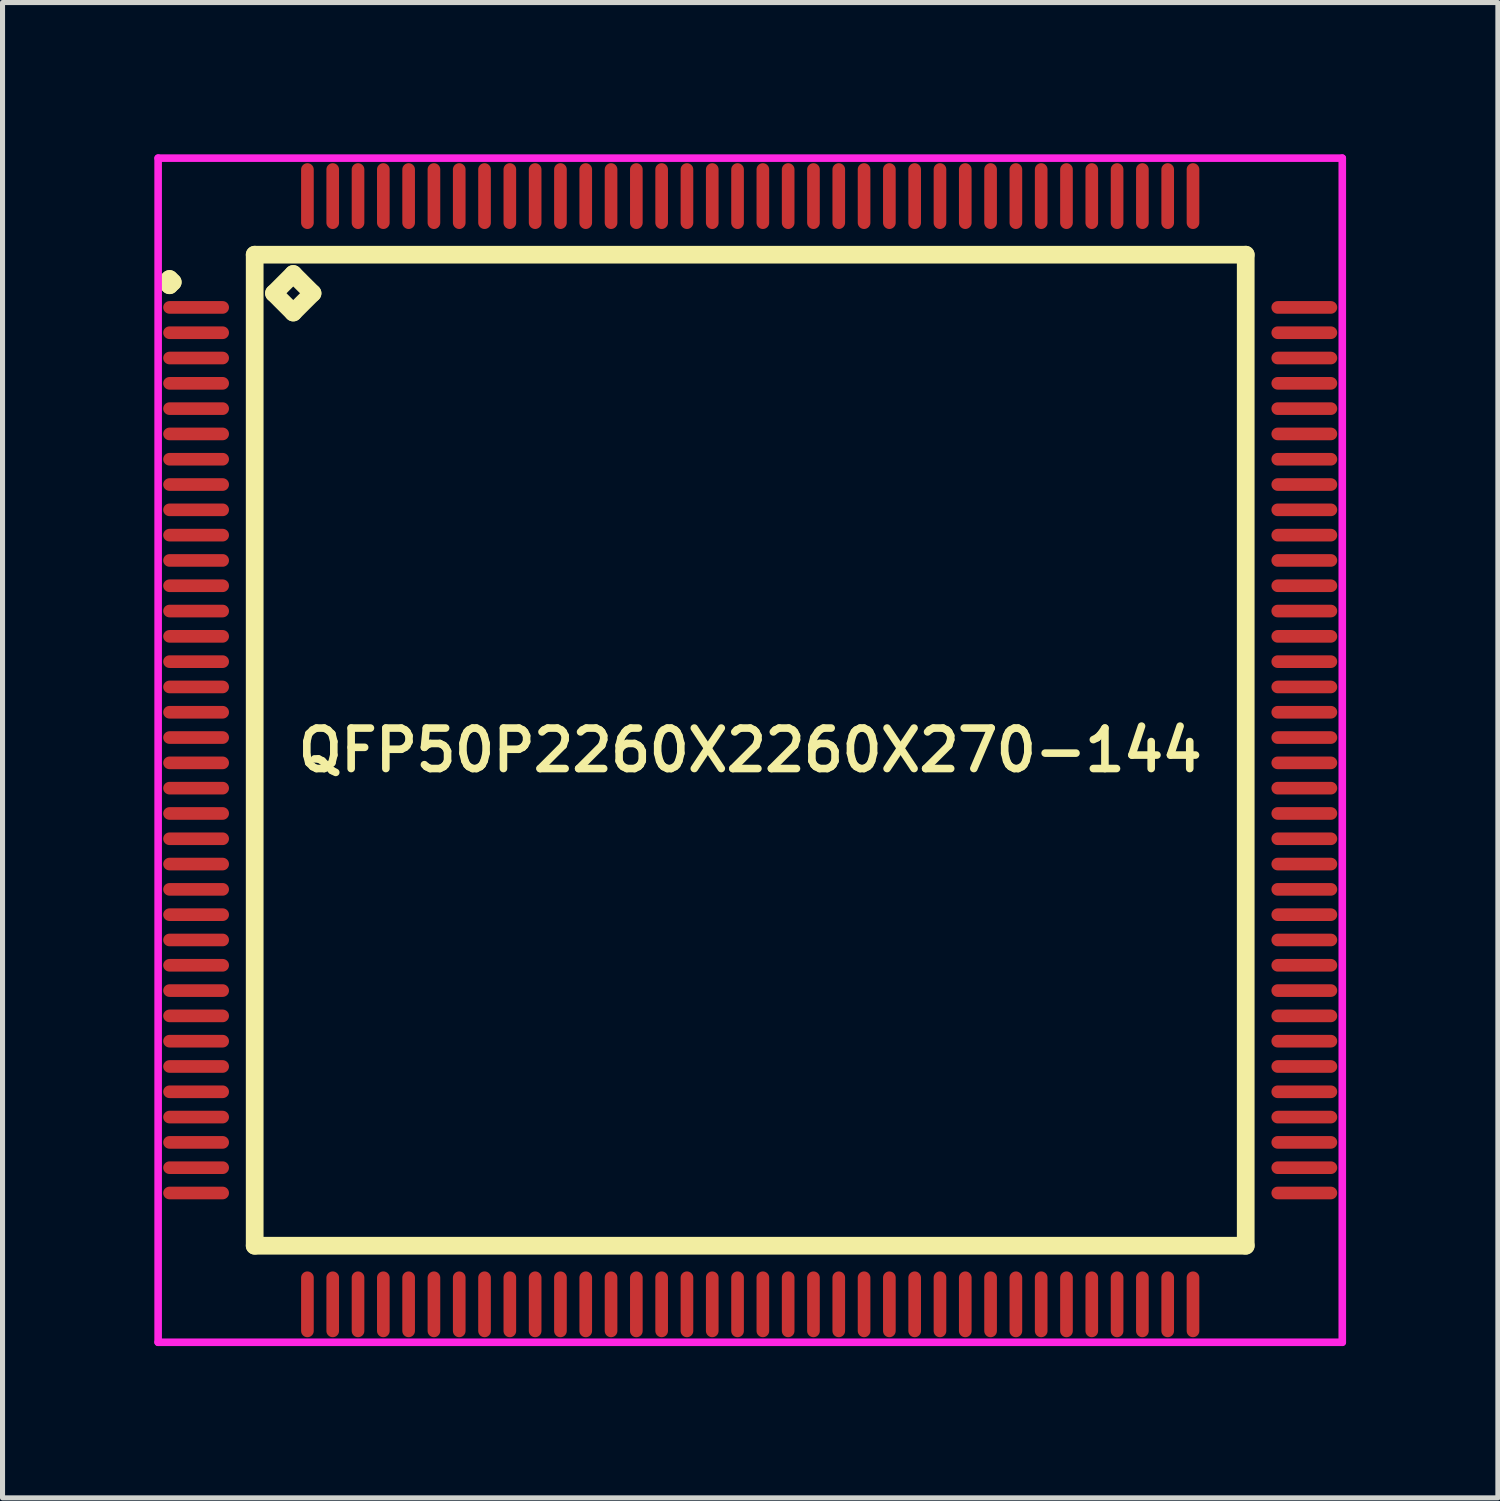
<source format=kicad_pcb>
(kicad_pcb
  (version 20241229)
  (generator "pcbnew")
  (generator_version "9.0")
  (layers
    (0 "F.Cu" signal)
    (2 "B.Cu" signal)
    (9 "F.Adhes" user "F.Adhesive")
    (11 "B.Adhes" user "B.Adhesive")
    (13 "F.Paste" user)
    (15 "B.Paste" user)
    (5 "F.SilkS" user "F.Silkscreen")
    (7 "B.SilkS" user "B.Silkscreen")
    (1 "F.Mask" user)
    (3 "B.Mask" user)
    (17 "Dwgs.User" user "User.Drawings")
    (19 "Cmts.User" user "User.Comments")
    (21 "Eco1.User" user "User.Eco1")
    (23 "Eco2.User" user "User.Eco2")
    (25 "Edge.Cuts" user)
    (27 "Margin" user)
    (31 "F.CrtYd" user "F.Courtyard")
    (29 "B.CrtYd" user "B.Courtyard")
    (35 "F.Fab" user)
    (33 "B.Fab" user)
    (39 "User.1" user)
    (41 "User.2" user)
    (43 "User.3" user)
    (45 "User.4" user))
  (footprint "QFP50P2260X2260X270-144"
    (layer "F.Cu")
    (at 11.775 11.775)
    (property "Reference" "QFP50P2260X2260X270-144" (at 0 0 0) (layer "F.SilkS") (effects (font (size 0.8 0.8) (thickness 0.15))))
    (attr smd)
    (fp_line (start -11.537 -9.25) (end -11.475 -9.312) (stroke (width 0.35) (type solid)) (layer "F.SilkS"))
    (fp_line (start -11.475 -9.312) (end -11.412 -9.25) (stroke (width 0.35) (type solid)) (layer "F.SilkS"))
    (fp_line (start -11.475 -9.188) (end -11.537 -9.25) (stroke (width 0.35) (type solid)) (layer "F.SilkS"))
    (fp_line (start -11.412 -9.25) (end -11.475 -9.188) (stroke (width 0.35) (type solid)) (layer "F.SilkS"))
    (fp_line (start -9.792 -9.792) (end -9.792 9.792) (stroke (width 0.35) (type solid)) (layer "F.SilkS"))
    (fp_line (start -9.792 9.792) (end 9.792 9.792) (stroke (width 0.35) (type solid)) (layer "F.SilkS"))
    (fp_line (start -9.411 -9.03) (end -9.03 -9.411) (stroke (width 0.35) (type solid)) (layer "F.SilkS"))
    (fp_line (start -9.03 -9.411) (end -8.649 -9.03) (stroke (width 0.35) (type solid)) (layer "F.SilkS"))
    (fp_line (start -9.03 -8.649) (end -9.411 -9.03) (stroke (width 0.35) (type solid)) (layer "F.SilkS"))
    (fp_line (start -8.649 -9.03) (end -9.03 -8.649) (stroke (width 0.35) (type solid)) (layer "F.SilkS"))
    (fp_line (start 9.792 -9.792) (end -9.792 -9.792) (stroke (width 0.35) (type solid)) (layer "F.SilkS"))
    (fp_line (start 9.792 9.792) (end 9.792 -9.792) (stroke (width 0.35) (type solid)) (layer "F.SilkS"))
    (fp_line (start -11.7 -11.7) (end 11.7 -11.7) (stroke (width 0.15) (type solid)) (layer "F.CrtYd"))
    (fp_line (start -11.7 11.7) (end -11.7 -11.7) (stroke (width 0.15) (type solid)) (layer "F.CrtYd"))
    (fp_line (start 11.7 -11.7) (end 11.7 11.7) (stroke (width 0.15) (type solid)) (layer "F.CrtYd"))
    (fp_line (start 11.7 11.7) (end -11.7 11.7) (stroke (width 0.15) (type solid)) (layer "F.CrtYd"))
    (pad "1" smd oval (at -10.95 -8.75) (size 1.3 0.25) (layers "F.Cu" "F.Mask" "F.Paste"))
    (pad "2" smd oval (at -10.95 -8.25) (size 1.3 0.25) (layers "F.Cu" "F.Mask" "F.Paste"))
    (pad "3" smd oval (at -10.95 -7.75) (size 1.3 0.25) (layers "F.Cu" "F.Mask" "F.Paste"))
    (pad "4" smd oval (at -10.95 -7.25) (size 1.3 0.25) (layers "F.Cu" "F.Mask" "F.Paste"))
    (pad "5" smd oval (at -10.95 -6.75) (size 1.3 0.25) (layers "F.Cu" "F.Mask" "F.Paste"))
    (pad "6" smd oval (at -10.95 -6.25) (size 1.3 0.25) (layers "F.Cu" "F.Mask" "F.Paste"))
    (pad "7" smd oval (at -10.95 -5.75) (size 1.3 0.25) (layers "F.Cu" "F.Mask" "F.Paste"))
    (pad "8" smd oval (at -10.95 -5.25) (size 1.3 0.25) (layers "F.Cu" "F.Mask" "F.Paste"))
    (pad "9" smd oval (at -10.95 -4.75) (size 1.3 0.25) (layers "F.Cu" "F.Mask" "F.Paste"))
    (pad "10" smd oval (at -10.95 -4.25) (size 1.3 0.25) (layers "F.Cu" "F.Mask" "F.Paste"))
    (pad "11" smd oval (at -10.95 -3.75) (size 1.3 0.25) (layers "F.Cu" "F.Mask" "F.Paste"))
    (pad "12" smd oval (at -10.95 -3.25) (size 1.3 0.25) (layers "F.Cu" "F.Mask" "F.Paste"))
    (pad "13" smd oval (at -10.95 -2.75) (size 1.3 0.25) (layers "F.Cu" "F.Mask" "F.Paste"))
    (pad "14" smd oval (at -10.95 -2.25) (size 1.3 0.25) (layers "F.Cu" "F.Mask" "F.Paste"))
    (pad "15" smd oval (at -10.95 -1.75) (size 1.3 0.25) (layers "F.Cu" "F.Mask" "F.Paste"))
    (pad "16" smd oval (at -10.95 -1.25) (size 1.3 0.25) (layers "F.Cu" "F.Mask" "F.Paste"))
    (pad "17" smd oval (at -10.95 -0.75) (size 1.3 0.25) (layers "F.Cu" "F.Mask" "F.Paste"))
    (pad "18" smd oval (at -10.95 -0.25) (size 1.3 0.25) (layers "F.Cu" "F.Mask" "F.Paste"))
    (pad "19" smd oval (at -10.95 0.25) (size 1.3 0.25) (layers "F.Cu" "F.Mask" "F.Paste"))
    (pad "20" smd oval (at -10.95 0.75) (size 1.3 0.25) (layers "F.Cu" "F.Mask" "F.Paste"))
    (pad "21" smd oval (at -10.95 1.25) (size 1.3 0.25) (layers "F.Cu" "F.Mask" "F.Paste"))
    (pad "22" smd oval (at -10.95 1.75) (size 1.3 0.25) (layers "F.Cu" "F.Mask" "F.Paste"))
    (pad "23" smd oval (at -10.95 2.25) (size 1.3 0.25) (layers "F.Cu" "F.Mask" "F.Paste"))
    (pad "24" smd oval (at -10.95 2.75) (size 1.3 0.25) (layers "F.Cu" "F.Mask" "F.Paste"))
    (pad "25" smd oval (at -10.95 3.25) (size 1.3 0.25) (layers "F.Cu" "F.Mask" "F.Paste"))
    (pad "26" smd oval (at -10.95 3.75) (size 1.3 0.25) (layers "F.Cu" "F.Mask" "F.Paste"))
    (pad "27" smd oval (at -10.95 4.25) (size 1.3 0.25) (layers "F.Cu" "F.Mask" "F.Paste"))
    (pad "28" smd oval (at -10.95 4.75) (size 1.3 0.25) (layers "F.Cu" "F.Mask" "F.Paste"))
    (pad "29" smd oval (at -10.95 5.25) (size 1.3 0.25) (layers "F.Cu" "F.Mask" "F.Paste"))
    (pad "30" smd oval (at -10.95 5.75) (size 1.3 0.25) (layers "F.Cu" "F.Mask" "F.Paste"))
    (pad "31" smd oval (at -10.95 6.25) (size 1.3 0.25) (layers "F.Cu" "F.Mask" "F.Paste"))
    (pad "32" smd oval (at -10.95 6.75) (size 1.3 0.25) (layers "F.Cu" "F.Mask" "F.Paste"))
    (pad "33" smd oval (at -10.95 7.25) (size 1.3 0.25) (layers "F.Cu" "F.Mask" "F.Paste"))
    (pad "34" smd oval (at -10.95 7.75) (size 1.3 0.25) (layers "F.Cu" "F.Mask" "F.Paste"))
    (pad "35" smd oval (at -10.95 8.25) (size 1.3 0.25) (layers "F.Cu" "F.Mask" "F.Paste"))
    (pad "36" smd oval (at -10.95 8.75) (size 1.3 0.25) (layers "F.Cu" "F.Mask" "F.Paste"))
    (pad "37" smd oval (at -8.75 10.95) (size 0.25 1.3) (layers "F.Cu" "F.Mask" "F.Paste"))
    (pad "38" smd oval (at -8.25 10.95) (size 0.25 1.3) (layers "F.Cu" "F.Mask" "F.Paste"))
    (pad "39" smd oval (at -7.75 10.95) (size 0.25 1.3) (layers "F.Cu" "F.Mask" "F.Paste"))
    (pad "40" smd oval (at -7.25 10.95) (size 0.25 1.3) (layers "F.Cu" "F.Mask" "F.Paste"))
    (pad "41" smd oval (at -6.75 10.95) (size 0.25 1.3) (layers "F.Cu" "F.Mask" "F.Paste"))
    (pad "42" smd oval (at -6.25 10.95) (size 0.25 1.3) (layers "F.Cu" "F.Mask" "F.Paste"))
    (pad "43" smd oval (at -5.75 10.95) (size 0.25 1.3) (layers "F.Cu" "F.Mask" "F.Paste"))
    (pad "44" smd oval (at -5.25 10.95) (size 0.25 1.3) (layers "F.Cu" "F.Mask" "F.Paste"))
    (pad "45" smd oval (at -4.75 10.95) (size 0.25 1.3) (layers "F.Cu" "F.Mask" "F.Paste"))
    (pad "46" smd oval (at -4.25 10.95) (size 0.25 1.3) (layers "F.Cu" "F.Mask" "F.Paste"))
    (pad "47" smd oval (at -3.75 10.95) (size 0.25 1.3) (layers "F.Cu" "F.Mask" "F.Paste"))
    (pad "48" smd oval (at -3.25 10.95) (size 0.25 1.3) (layers "F.Cu" "F.Mask" "F.Paste"))
    (pad "49" smd oval (at -2.75 10.95) (size 0.25 1.3) (layers "F.Cu" "F.Mask" "F.Paste"))
    (pad "50" smd oval (at -2.25 10.95) (size 0.25 1.3) (layers "F.Cu" "F.Mask" "F.Paste"))
    (pad "51" smd oval (at -1.75 10.95) (size 0.25 1.3) (layers "F.Cu" "F.Mask" "F.Paste"))
    (pad "52" smd oval (at -1.25 10.95) (size 0.25 1.3) (layers "F.Cu" "F.Mask" "F.Paste"))
    (pad "53" smd oval (at -0.75 10.95) (size 0.25 1.3) (layers "F.Cu" "F.Mask" "F.Paste"))
    (pad "54" smd oval (at -0.25 10.95) (size 0.25 1.3) (layers "F.Cu" "F.Mask" "F.Paste"))
    (pad "55" smd oval (at 0.25 10.95) (size 0.25 1.3) (layers "F.Cu" "F.Mask" "F.Paste"))
    (pad "56" smd oval (at 0.75 10.95) (size 0.25 1.3) (layers "F.Cu" "F.Mask" "F.Paste"))
    (pad "57" smd oval (at 1.25 10.95) (size 0.25 1.3) (layers "F.Cu" "F.Mask" "F.Paste"))
    (pad "58" smd oval (at 1.75 10.95) (size 0.25 1.3) (layers "F.Cu" "F.Mask" "F.Paste"))
    (pad "59" smd oval (at 2.25 10.95) (size 0.25 1.3) (layers "F.Cu" "F.Mask" "F.Paste"))
    (pad "60" smd oval (at 2.75 10.95) (size 0.25 1.3) (layers "F.Cu" "F.Mask" "F.Paste"))
    (pad "61" smd oval (at 3.25 10.95) (size 0.25 1.3) (layers "F.Cu" "F.Mask" "F.Paste"))
    (pad "62" smd oval (at 3.75 10.95) (size 0.25 1.3) (layers "F.Cu" "F.Mask" "F.Paste"))
    (pad "63" smd oval (at 4.25 10.95) (size 0.25 1.3) (layers "F.Cu" "F.Mask" "F.Paste"))
    (pad "64" smd oval (at 4.75 10.95) (size 0.25 1.3) (layers "F.Cu" "F.Mask" "F.Paste"))
    (pad "65" smd oval (at 5.25 10.95) (size 0.25 1.3) (layers "F.Cu" "F.Mask" "F.Paste"))
    (pad "66" smd oval (at 5.75 10.95) (size 0.25 1.3) (layers "F.Cu" "F.Mask" "F.Paste"))
    (pad "67" smd oval (at 6.25 10.95) (size 0.25 1.3) (layers "F.Cu" "F.Mask" "F.Paste"))
    (pad "68" smd oval (at 6.75 10.95) (size 0.25 1.3) (layers "F.Cu" "F.Mask" "F.Paste"))
    (pad "69" smd oval (at 7.25 10.95) (size 0.25 1.3) (layers "F.Cu" "F.Mask" "F.Paste"))
    (pad "70" smd oval (at 7.75 10.95) (size 0.25 1.3) (layers "F.Cu" "F.Mask" "F.Paste"))
    (pad "71" smd oval (at 8.25 10.95) (size 0.25 1.3) (layers "F.Cu" "F.Mask" "F.Paste"))
    (pad "72" smd oval (at 8.75 10.95) (size 0.25 1.3) (layers "F.Cu" "F.Mask" "F.Paste"))
    (pad "73" smd oval (at 10.95 8.75) (size 1.3 0.25) (layers "F.Cu" "F.Mask" "F.Paste"))
    (pad "74" smd oval (at 10.95 8.25) (size 1.3 0.25) (layers "F.Cu" "F.Mask" "F.Paste"))
    (pad "75" smd oval (at 10.95 7.75) (size 1.3 0.25) (layers "F.Cu" "F.Mask" "F.Paste"))
    (pad "76" smd oval (at 10.95 7.25) (size 1.3 0.25) (layers "F.Cu" "F.Mask" "F.Paste"))
    (pad "77" smd oval (at 10.95 6.75) (size 1.3 0.25) (layers "F.Cu" "F.Mask" "F.Paste"))
    (pad "78" smd oval (at 10.95 6.25) (size 1.3 0.25) (layers "F.Cu" "F.Mask" "F.Paste"))
    (pad "79" smd oval (at 10.95 5.75) (size 1.3 0.25) (layers "F.Cu" "F.Mask" "F.Paste"))
    (pad "80" smd oval (at 10.95 5.25) (size 1.3 0.25) (layers "F.Cu" "F.Mask" "F.Paste"))
    (pad "81" smd oval (at 10.95 4.75) (size 1.3 0.25) (layers "F.Cu" "F.Mask" "F.Paste"))
    (pad "82" smd oval (at 10.95 4.25) (size 1.3 0.25) (layers "F.Cu" "F.Mask" "F.Paste"))
    (pad "83" smd oval (at 10.95 3.75) (size 1.3 0.25) (layers "F.Cu" "F.Mask" "F.Paste"))
    (pad "84" smd oval (at 10.95 3.25) (size 1.3 0.25) (layers "F.Cu" "F.Mask" "F.Paste"))
    (pad "85" smd oval (at 10.95 2.75) (size 1.3 0.25) (layers "F.Cu" "F.Mask" "F.Paste"))
    (pad "86" smd oval (at 10.95 2.25) (size 1.3 0.25) (layers "F.Cu" "F.Mask" "F.Paste"))
    (pad "87" smd oval (at 10.95 1.75) (size 1.3 0.25) (layers "F.Cu" "F.Mask" "F.Paste"))
    (pad "88" smd oval (at 10.95 1.25) (size 1.3 0.25) (layers "F.Cu" "F.Mask" "F.Paste"))
    (pad "89" smd oval (at 10.95 0.75) (size 1.3 0.25) (layers "F.Cu" "F.Mask" "F.Paste"))
    (pad "90" smd oval (at 10.95 0.25) (size 1.3 0.25) (layers "F.Cu" "F.Mask" "F.Paste"))
    (pad "91" smd oval (at 10.95 -0.25) (size 1.3 0.25) (layers "F.Cu" "F.Mask" "F.Paste"))
    (pad "92" smd oval (at 10.95 -0.75) (size 1.3 0.25) (layers "F.Cu" "F.Mask" "F.Paste"))
    (pad "93" smd oval (at 10.95 -1.25) (size 1.3 0.25) (layers "F.Cu" "F.Mask" "F.Paste"))
    (pad "94" smd oval (at 10.95 -1.75) (size 1.3 0.25) (layers "F.Cu" "F.Mask" "F.Paste"))
    (pad "95" smd oval (at 10.95 -2.25) (size 1.3 0.25) (layers "F.Cu" "F.Mask" "F.Paste"))
    (pad "96" smd oval (at 10.95 -2.75) (size 1.3 0.25) (layers "F.Cu" "F.Mask" "F.Paste"))
    (pad "97" smd oval (at 10.95 -3.25) (size 1.3 0.25) (layers "F.Cu" "F.Mask" "F.Paste"))
    (pad "98" smd oval (at 10.95 -3.75) (size 1.3 0.25) (layers "F.Cu" "F.Mask" "F.Paste"))
    (pad "99" smd oval (at 10.95 -4.25) (size 1.3 0.25) (layers "F.Cu" "F.Mask" "F.Paste"))
    (pad "100" smd oval (at 10.95 -4.75) (size 1.3 0.25) (layers "F.Cu" "F.Mask" "F.Paste"))
    (pad "101" smd oval (at 10.95 -5.25) (size 1.3 0.25) (layers "F.Cu" "F.Mask" "F.Paste"))
    (pad "102" smd oval (at 10.95 -5.75) (size 1.3 0.25) (layers "F.Cu" "F.Mask" "F.Paste"))
    (pad "103" smd oval (at 10.95 -6.25) (size 1.3 0.25) (layers "F.Cu" "F.Mask" "F.Paste"))
    (pad "104" smd oval (at 10.95 -6.75) (size 1.3 0.25) (layers "F.Cu" "F.Mask" "F.Paste"))
    (pad "105" smd oval (at 10.95 -7.25) (size 1.3 0.25) (layers "F.Cu" "F.Mask" "F.Paste"))
    (pad "106" smd oval (at 10.95 -7.75) (size 1.3 0.25) (layers "F.Cu" "F.Mask" "F.Paste"))
    (pad "107" smd oval (at 10.95 -8.25) (size 1.3 0.25) (layers "F.Cu" "F.Mask" "F.Paste"))
    (pad "108" smd oval (at 10.95 -8.75) (size 1.3 0.25) (layers "F.Cu" "F.Mask" "F.Paste"))
    (pad "109" smd oval (at 8.75 -10.95) (size 0.25 1.3) (layers "F.Cu" "F.Mask" "F.Paste"))
    (pad "110" smd oval (at 8.25 -10.95) (size 0.25 1.3) (layers "F.Cu" "F.Mask" "F.Paste"))
    (pad "111" smd oval (at 7.75 -10.95) (size 0.25 1.3) (layers "F.Cu" "F.Mask" "F.Paste"))
    (pad "112" smd oval (at 7.25 -10.95) (size 0.25 1.3) (layers "F.Cu" "F.Mask" "F.Paste"))
    (pad "113" smd oval (at 6.75 -10.95) (size 0.25 1.3) (layers "F.Cu" "F.Mask" "F.Paste"))
    (pad "114" smd oval (at 6.25 -10.95) (size 0.25 1.3) (layers "F.Cu" "F.Mask" "F.Paste"))
    (pad "115" smd oval (at 5.75 -10.95) (size 0.25 1.3) (layers "F.Cu" "F.Mask" "F.Paste"))
    (pad "116" smd oval (at 5.25 -10.95) (size 0.25 1.3) (layers "F.Cu" "F.Mask" "F.Paste"))
    (pad "117" smd oval (at 4.75 -10.95) (size 0.25 1.3) (layers "F.Cu" "F.Mask" "F.Paste"))
    (pad "118" smd oval (at 4.25 -10.95) (size 0.25 1.3) (layers "F.Cu" "F.Mask" "F.Paste"))
    (pad "119" smd oval (at 3.75 -10.95) (size 0.25 1.3) (layers "F.Cu" "F.Mask" "F.Paste"))
    (pad "120" smd oval (at 3.25 -10.95) (size 0.25 1.3) (layers "F.Cu" "F.Mask" "F.Paste"))
    (pad "121" smd oval (at 2.75 -10.95) (size 0.25 1.3) (layers "F.Cu" "F.Mask" "F.Paste"))
    (pad "122" smd oval (at 2.25 -10.95) (size 0.25 1.3) (layers "F.Cu" "F.Mask" "F.Paste"))
    (pad "123" smd oval (at 1.75 -10.95) (size 0.25 1.3) (layers "F.Cu" "F.Mask" "F.Paste"))
    (pad "124" smd oval (at 1.25 -10.95) (size 0.25 1.3) (layers "F.Cu" "F.Mask" "F.Paste"))
    (pad "125" smd oval (at 0.75 -10.95) (size 0.25 1.3) (layers "F.Cu" "F.Mask" "F.Paste"))
    (pad "126" smd oval (at 0.25 -10.95) (size 0.25 1.3) (layers "F.Cu" "F.Mask" "F.Paste"))
    (pad "127" smd oval (at -0.25 -10.95) (size 0.25 1.3) (layers "F.Cu" "F.Mask" "F.Paste"))
    (pad "128" smd oval (at -0.75 -10.95) (size 0.25 1.3) (layers "F.Cu" "F.Mask" "F.Paste"))
    (pad "129" smd oval (at -1.25 -10.95) (size 0.25 1.3) (layers "F.Cu" "F.Mask" "F.Paste"))
    (pad "130" smd oval (at -1.75 -10.95) (size 0.25 1.3) (layers "F.Cu" "F.Mask" "F.Paste"))
    (pad "131" smd oval (at -2.25 -10.95) (size 0.25 1.3) (layers "F.Cu" "F.Mask" "F.Paste"))
    (pad "132" smd oval (at -2.75 -10.95) (size 0.25 1.3) (layers "F.Cu" "F.Mask" "F.Paste"))
    (pad "133" smd oval (at -3.25 -10.95) (size 0.25 1.3) (layers "F.Cu" "F.Mask" "F.Paste"))
    (pad "134" smd oval (at -3.75 -10.95) (size 0.25 1.3) (layers "F.Cu" "F.Mask" "F.Paste"))
    (pad "135" smd oval (at -4.25 -10.95) (size 0.25 1.3) (layers "F.Cu" "F.Mask" "F.Paste"))
    (pad "136" smd oval (at -4.75 -10.95) (size 0.25 1.3) (layers "F.Cu" "F.Mask" "F.Paste"))
    (pad "137" smd oval (at -5.25 -10.95) (size 0.25 1.3) (layers "F.Cu" "F.Mask" "F.Paste"))
    (pad "138" smd oval (at -5.75 -10.95) (size 0.25 1.3) (layers "F.Cu" "F.Mask" "F.Paste"))
    (pad "139" smd oval (at -6.25 -10.95) (size 0.25 1.3) (layers "F.Cu" "F.Mask" "F.Paste"))
    (pad "140" smd oval (at -6.75 -10.95) (size 0.25 1.3) (layers "F.Cu" "F.Mask" "F.Paste"))
    (pad "141" smd oval (at -7.25 -10.95) (size 0.25 1.3) (layers "F.Cu" "F.Mask" "F.Paste"))
    (pad "142" smd oval (at -7.75 -10.95) (size 0.25 1.3) (layers "F.Cu" "F.Mask" "F.Paste"))
    (pad "143" smd oval (at -8.25 -10.95) (size 0.25 1.3) (layers "F.Cu" "F.Mask" "F.Paste"))
    (pad "144" smd oval (at -8.75 -10.95) (size 0.25 1.3) (layers "F.Cu" "F.Mask" "F.Paste")))
  (gr_rect
    (start -3 -3)
    (end 26.55 26.55)
    (stroke (width 0.1) (type default))
    (fill no)
    (layer "Edge.Cuts")))
</source>
